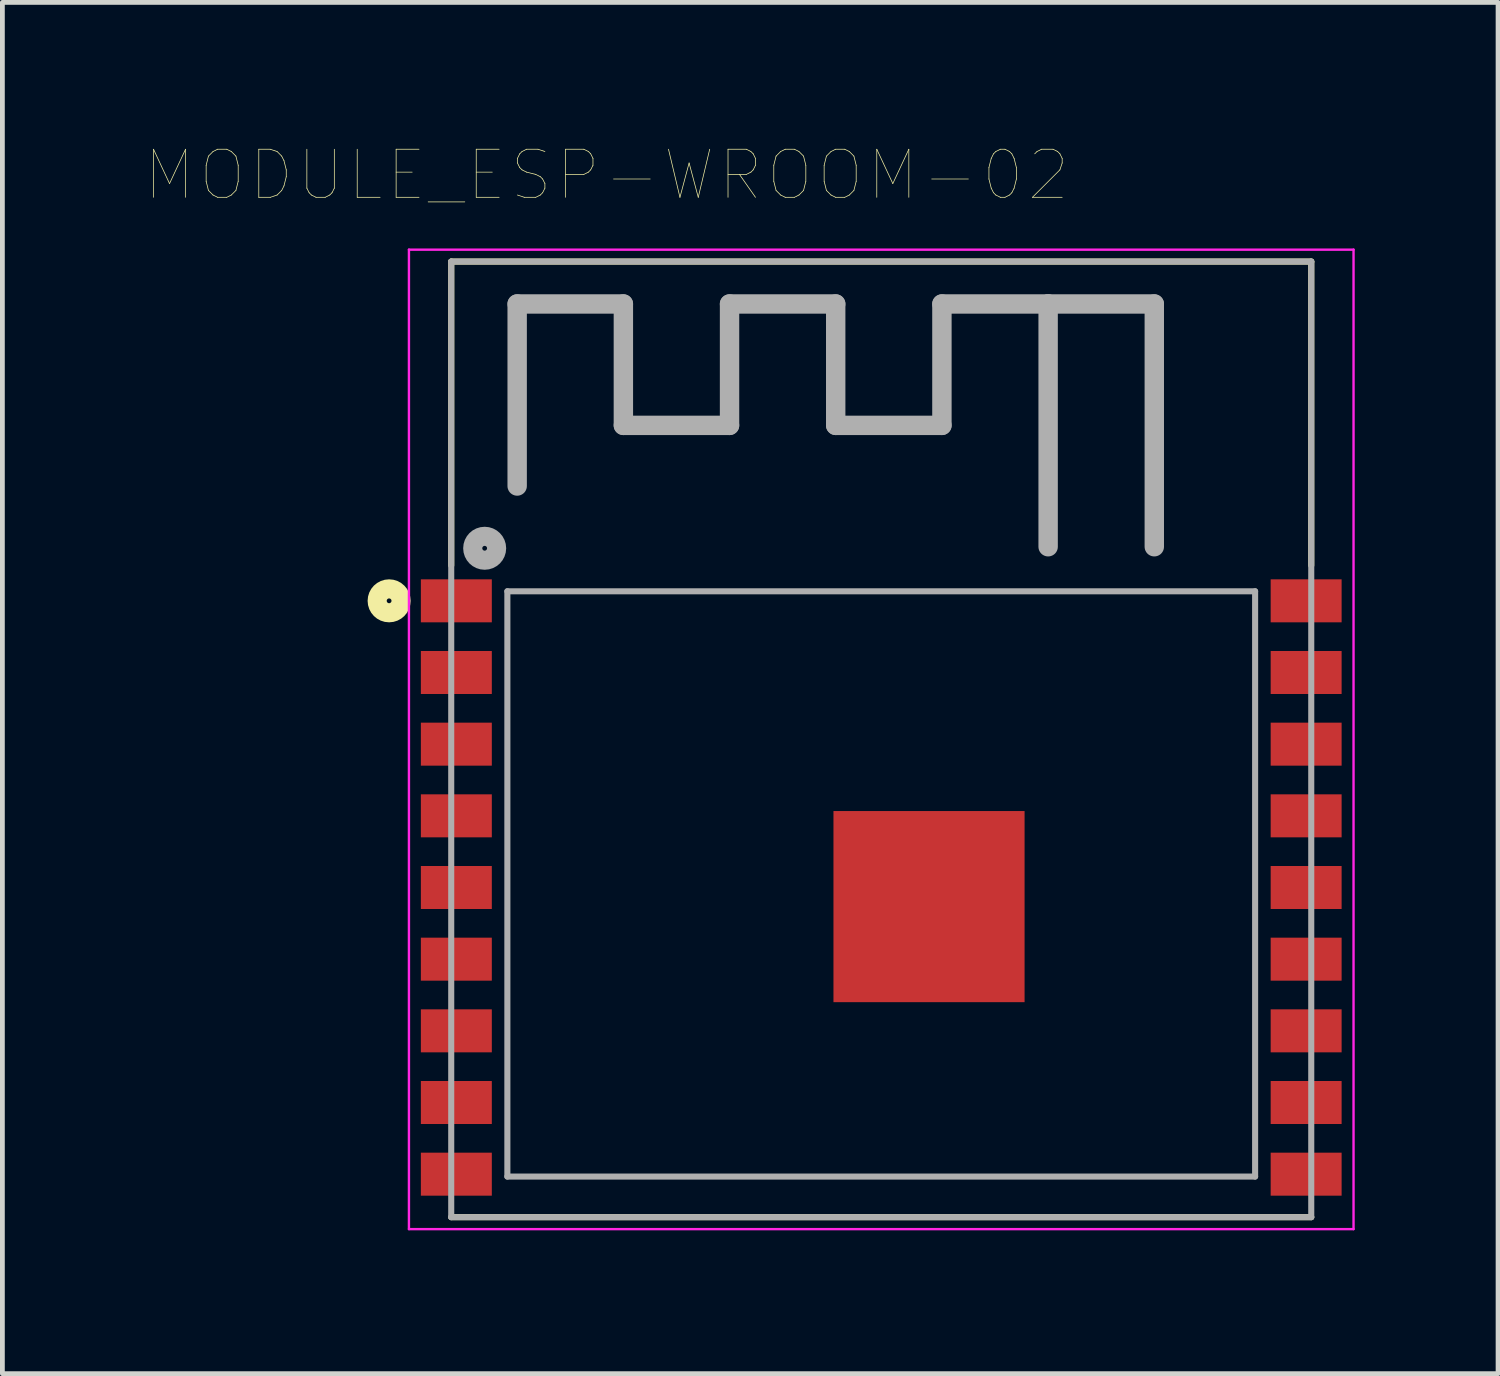
<source format=kicad_pcb>
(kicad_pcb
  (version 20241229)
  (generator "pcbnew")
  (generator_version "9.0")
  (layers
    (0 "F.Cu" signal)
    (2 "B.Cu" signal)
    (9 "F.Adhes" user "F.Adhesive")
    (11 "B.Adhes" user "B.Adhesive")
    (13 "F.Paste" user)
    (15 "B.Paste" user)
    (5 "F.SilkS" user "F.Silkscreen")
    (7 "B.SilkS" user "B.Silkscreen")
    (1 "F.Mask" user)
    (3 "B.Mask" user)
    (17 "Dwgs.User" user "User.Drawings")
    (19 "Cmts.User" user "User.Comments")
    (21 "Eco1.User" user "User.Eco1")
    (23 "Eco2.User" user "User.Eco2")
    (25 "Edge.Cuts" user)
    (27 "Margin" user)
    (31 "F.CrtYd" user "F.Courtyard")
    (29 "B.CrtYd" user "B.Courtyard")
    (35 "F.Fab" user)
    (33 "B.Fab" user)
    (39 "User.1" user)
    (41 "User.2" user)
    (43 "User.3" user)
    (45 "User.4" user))
  (footprint "MODULE_ESP-WROOM-02"
    (layer "F.Cu")
    (at 15.394 14.425)
    (property "Reference" "MODULE_ESP-WROOM-02" (at -5.746 -13.81 0) (layer "F.SilkS") (effects (font (size 1.006 1.006) (thickness 0.015))))
    (attr through_hole)
    (fp_line (start -9 -12) (end -9 -5.64) (stroke (width 0.127) (type solid)) (layer "F.SilkS"))
    (fp_line (start -9 -12) (end 9 -12) (stroke (width 0.127) (type solid)) (layer "F.SilkS"))
    (fp_line (start -9 8) (end 9 8) (stroke (width 0.127) (type solid)) (layer "F.SilkS"))
    (fp_line (start 9 -12) (end 9 -5.64) (stroke (width 0.127) (type solid)) (layer "F.SilkS"))
    (fp_circle (center -10.3 -4.9) (end -10.25 -4.9) (stroke (width 0.4) (type solid)) (fill no) (layer "F.SilkS"))
    (fp_line (start -9.885 -12.25) (end 9.885 -12.25) (stroke (width 0.05) (type solid)) (layer "F.CrtYd"))
    (fp_line (start -9.885 8.25) (end -9.885 -12.25) (stroke (width 0.05) (type solid)) (layer "F.CrtYd"))
    (fp_line (start 9.885 -12.25) (end 9.885 8.25) (stroke (width 0.05) (type solid)) (layer "F.CrtYd"))
    (fp_line (start 9.885 8.25) (end -9.885 8.25) (stroke (width 0.05) (type solid)) (layer "F.CrtYd"))
    (fp_line (start -9 -12) (end -9 8) (stroke (width 0.127) (type solid)) (layer "F.Fab"))
    (fp_line (start -9 8) (end 9 8) (stroke (width 0.127) (type solid)) (layer "F.Fab"))
    (fp_line (start -7.825 -5.1) (end -7.825 7.15) (stroke (width 0.127) (type solid)) (layer "F.Fab"))
    (fp_line (start -7.825 7.15) (end 7.825 7.15) (stroke (width 0.127) (type solid)) (layer "F.Fab"))
    (fp_line (start -7.62 -11.113) (end -5.397 -11.113) (stroke (width 0.406) (type solid)) (layer "F.Fab"))
    (fp_line (start -7.62 -7.303) (end -7.62 -11.113) (stroke (width 0.406) (type solid)) (layer "F.Fab"))
    (fp_line (start -5.397 -11.113) (end -5.397 -8.572) (stroke (width 0.406) (type solid)) (layer "F.Fab"))
    (fp_line (start -5.397 -8.572) (end -3.175 -8.572) (stroke (width 0.406) (type solid)) (layer "F.Fab"))
    (fp_line (start -3.175 -11.113) (end -0.953 -11.113) (stroke (width 0.406) (type solid)) (layer "F.Fab"))
    (fp_line (start -3.175 -8.572) (end -3.175 -11.113) (stroke (width 0.406) (type solid)) (layer "F.Fab"))
    (fp_line (start -0.953 -11.113) (end -0.953 -8.572) (stroke (width 0.406) (type solid)) (layer "F.Fab"))
    (fp_line (start -0.953 -8.572) (end 1.27 -8.572) (stroke (width 0.406) (type solid)) (layer "F.Fab"))
    (fp_line (start 1.27 -11.113) (end 3.493 -11.113) (stroke (width 0.406) (type solid)) (layer "F.Fab"))
    (fp_line (start 1.27 -8.572) (end 1.27 -11.113) (stroke (width 0.406) (type solid)) (layer "F.Fab"))
    (fp_line (start 3.493 -11.113) (end 3.493 -6.032) (stroke (width 0.406) (type solid)) (layer "F.Fab"))
    (fp_line (start 3.493 -11.113) (end 5.715 -11.113) (stroke (width 0.406) (type solid)) (layer "F.Fab"))
    (fp_line (start 5.715 -11.113) (end 5.715 -6.032) (stroke (width 0.406) (type solid)) (layer "F.Fab"))
    (fp_line (start 7.825 -5.1) (end -7.825 -5.1) (stroke (width 0.127) (type solid)) (layer "F.Fab"))
    (fp_line (start 7.825 7.15) (end 7.825 -5.1) (stroke (width 0.127) (type solid)) (layer "F.Fab"))
    (fp_line (start 9 -12) (end -9 -12) (stroke (width 0.127) (type solid)) (layer "F.Fab"))
    (fp_line (start 9 8) (end 9 -12) (stroke (width 0.127) (type solid)) (layer "F.Fab"))
    (fp_circle (center -8.3 -6) (end -8.25 -6) (stroke (width 0.4) (type solid)) (fill no) (layer "F.Fab"))
    (pad "1" smd rect (at -8.893 -4.9) (size 1.485 0.9) (layers "F.Cu" "F.Mask"))
    (pad "2" smd rect (at -8.893 -3.4) (size 1.485 0.9) (layers "F.Cu" "F.Mask"))
    (pad "3" smd rect (at -8.893 -1.9) (size 1.485 0.9) (layers "F.Cu" "F.Mask"))
    (pad "4" smd rect (at -8.893 -0.4) (size 1.485 0.9) (layers "F.Cu" "F.Mask"))
    (pad "5" smd rect (at -8.893 1.1) (size 1.485 0.9) (layers "F.Cu" "F.Mask"))
    (pad "6" smd rect (at -8.893 2.6) (size 1.485 0.9) (layers "F.Cu" "F.Mask"))
    (pad "7" smd rect (at -8.893 4.1) (size 1.485 0.9) (layers "F.Cu" "F.Mask"))
    (pad "8" smd rect (at -8.893 5.6) (size 1.485 0.9) (layers "F.Cu" "F.Mask"))
    (pad "9" smd rect (at -8.893 7.1) (size 1.485 0.9) (layers "F.Cu" "F.Mask"))
    (pad "10" smd rect (at 8.893 7.1) (size 1.485 0.9) (layers "F.Cu" "F.Mask"))
    (pad "11" smd rect (at 8.893 5.6) (size 1.485 0.9) (layers "F.Cu" "F.Mask"))
    (pad "12" smd rect (at 8.893 4.1) (size 1.485 0.9) (layers "F.Cu" "F.Mask"))
    (pad "13" smd rect (at 8.893 2.6) (size 1.485 0.9) (layers "F.Cu" "F.Mask"))
    (pad "14" smd rect (at 8.893 1.1) (size 1.485 0.9) (layers "F.Cu" "F.Mask"))
    (pad "15" smd rect (at 8.893 -0.4) (size 1.485 0.9) (layers "F.Cu" "F.Mask"))
    (pad "16" smd rect (at 8.893 -1.9) (size 1.485 0.9) (layers "F.Cu" "F.Mask"))
    (pad "17" smd rect (at 8.893 -3.4) (size 1.485 0.9) (layers "F.Cu" "F.Mask"))
    (pad "18" smd rect (at 8.893 -4.9) (size 1.485 0.9) (layers "F.Cu" "F.Mask"))
    (pad "19" smd rect (at 1 1.5) (size 4 4) (layers "F.Cu" "F.Mask")))
  (gr_rect
    (start -3 -3)
    (end 28.304 25.7)
    (stroke (width 0.1) (type default))
    (fill no)
    (layer "Edge.Cuts")))
</source>
